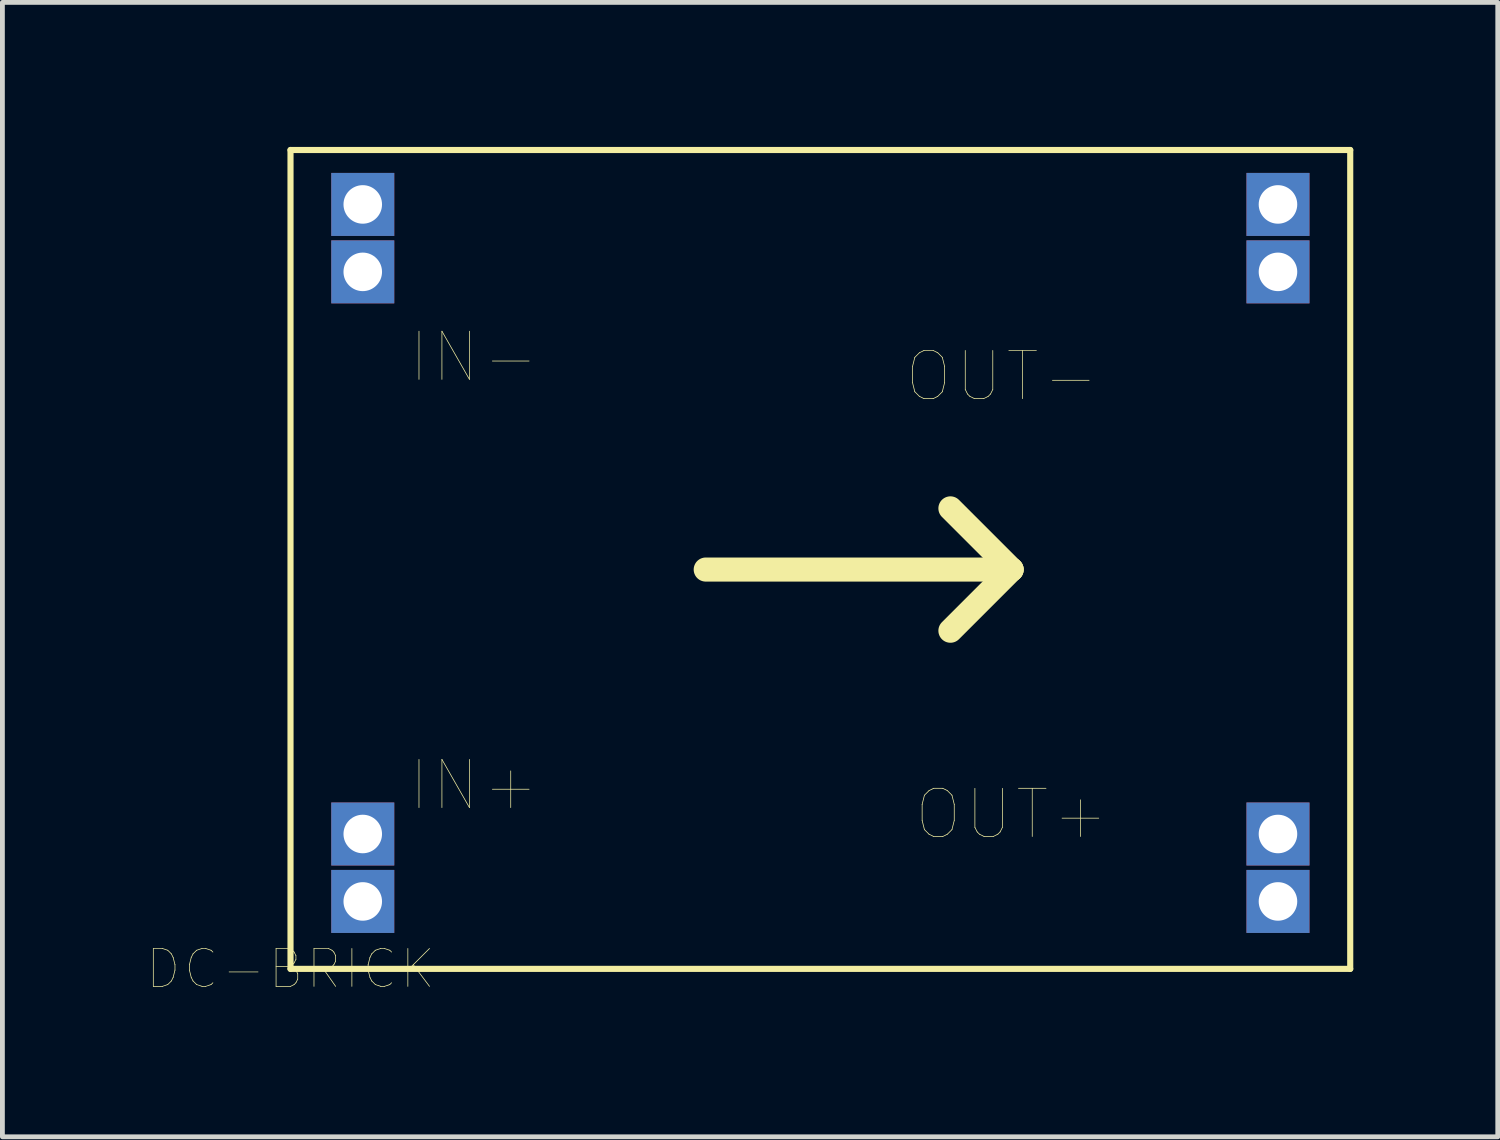
<source format=kicad_pcb>
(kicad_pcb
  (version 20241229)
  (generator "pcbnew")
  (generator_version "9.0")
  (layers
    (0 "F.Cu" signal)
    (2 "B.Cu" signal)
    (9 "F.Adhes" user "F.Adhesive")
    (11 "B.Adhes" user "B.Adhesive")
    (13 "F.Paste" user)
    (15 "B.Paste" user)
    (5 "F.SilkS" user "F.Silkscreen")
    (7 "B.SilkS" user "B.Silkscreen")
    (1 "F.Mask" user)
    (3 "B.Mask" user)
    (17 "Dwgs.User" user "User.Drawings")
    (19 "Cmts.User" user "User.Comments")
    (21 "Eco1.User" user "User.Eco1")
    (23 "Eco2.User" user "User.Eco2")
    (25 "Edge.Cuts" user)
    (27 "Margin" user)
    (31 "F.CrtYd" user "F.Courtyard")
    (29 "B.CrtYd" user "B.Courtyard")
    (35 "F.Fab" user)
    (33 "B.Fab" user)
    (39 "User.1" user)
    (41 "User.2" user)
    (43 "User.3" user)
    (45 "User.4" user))
  (footprint "DC-BRICK"
    (layer "F.Cu")
    (at 2.981 17.064)
    (property "Reference" "DC-BRICK" (at 0 0 0) (layer "F.SilkS") (effects (font (size 0.787 0.787) (thickness 0.015))))
    (attr through_hole)
    (fp_line (start 0 -17) (end 22 -17) (stroke (width 0.127) (type solid)) (layer "F.SilkS"))
    (fp_line (start 0 0) (end 0 -17) (stroke (width 0.127) (type solid)) (layer "F.SilkS"))
    (fp_line (start 0 0) (end 22 0) (stroke (width 0.127) (type solid)) (layer "F.SilkS"))
    (fp_line (start 8.62 -8.29) (end 14.97 -8.29) (stroke (width 0.5) (type solid)) (layer "F.SilkS"))
    (fp_line (start 14.97 -8.29) (end 13.7 -9.56) (stroke (width 0.5) (type solid)) (layer "F.SilkS"))
    (fp_line (start 14.97 -8.29) (end 13.7 -7.02) (stroke (width 0.5) (type solid)) (layer "F.SilkS"))
    (fp_line (start 22 -17) (end 22 0) (stroke (width 0.127) (type solid)) (layer "F.SilkS"))
    (fp_text user "OUT-" (at 14.77 -12.3 0) (layer "F.SilkS") (effects (font (size 1 1) (thickness 0.015))))
    (fp_text user "IN-" (at 3.81 -12.7 0) (layer "F.SilkS") (effects (font (size 1 1) (thickness 0.015))))
    (fp_text user "IN+" (at 3.81 -3.81 0) (layer "F.SilkS") (effects (font (size 1 1) (thickness 0.015))))
    (fp_text user "OUT+" (at 14.97 -3.21 0) (layer "F.SilkS") (effects (font (size 1 1) (thickness 0.015))))
    (pad "IN1" thru_hole rect (at 1.5 -14.47) (size 1.308 1.308) (drill 0.8) (layers "*.Cu" "*.Mask"))
    (pad "IN1+" thru_hole rect (at 1.5 -1.4) (size 1.308 1.308) (drill 0.8) (layers "*.Cu" "*.Mask"))
    (pad "IN2" thru_hole rect (at 1.5 -15.87) (size 1.308 1.308) (drill 0.8) (layers "*.Cu" "*.Mask"))
    (pad "IN2+" thru_hole rect (at 1.5 -2.8) (size 1.308 1.308) (drill 0.8) (layers "*.Cu" "*.Mask"))
    (pad "OUT1" thru_hole rect (at 20.5 -14.47) (size 1.308 1.308) (drill 0.8) (layers "*.Cu" "*.Mask"))
    (pad "OUT1+" thru_hole rect (at 20.5 -1.4) (size 1.308 1.308) (drill 0.8) (layers "*.Cu" "*.Mask"))
    (pad "OUT2" thru_hole rect (at 20.5 -15.87) (size 1.308 1.308) (drill 0.8) (layers "*.Cu" "*.Mask"))
    (pad "OUT2+" thru_hole rect (at 20.5 -2.8) (size 1.308 1.308) (drill 0.8) (layers "*.Cu" "*.Mask")))
  (gr_rect
    (start -3 -3)
    (end 28.044 20.55)
    (stroke (width 0.1) (type default))
    (fill no)
    (layer "Edge.Cuts")))
</source>
